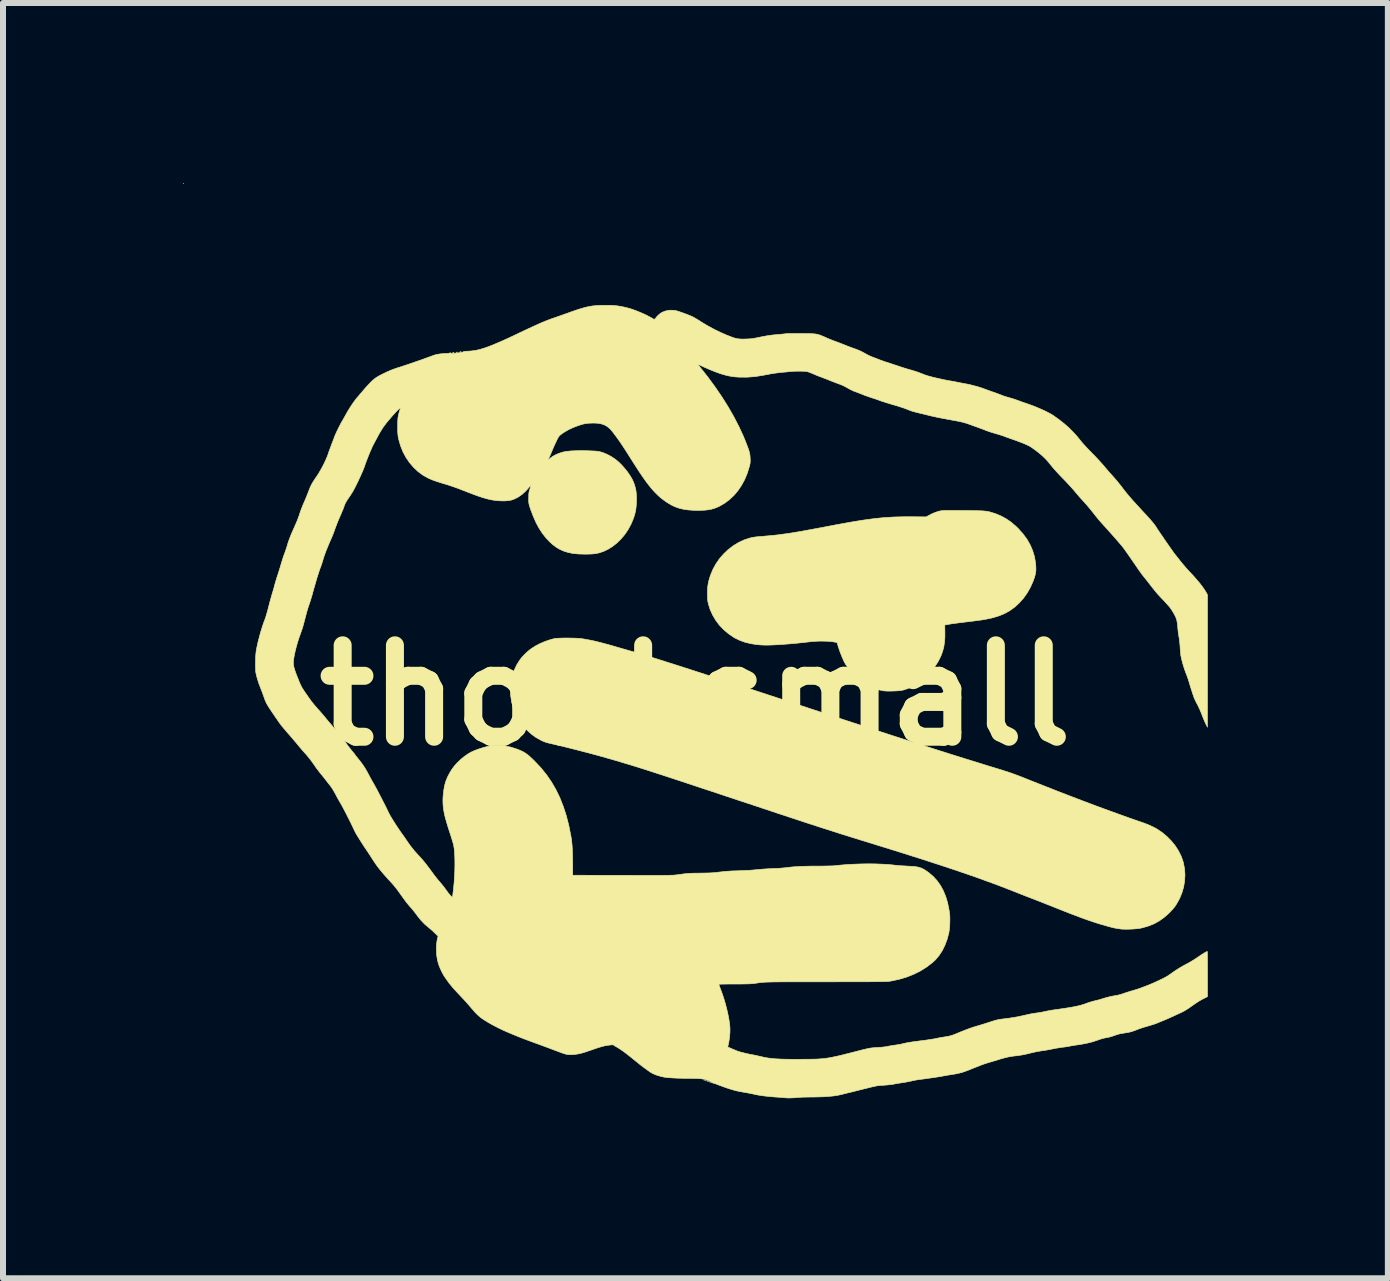
<source format=kicad_pcb>
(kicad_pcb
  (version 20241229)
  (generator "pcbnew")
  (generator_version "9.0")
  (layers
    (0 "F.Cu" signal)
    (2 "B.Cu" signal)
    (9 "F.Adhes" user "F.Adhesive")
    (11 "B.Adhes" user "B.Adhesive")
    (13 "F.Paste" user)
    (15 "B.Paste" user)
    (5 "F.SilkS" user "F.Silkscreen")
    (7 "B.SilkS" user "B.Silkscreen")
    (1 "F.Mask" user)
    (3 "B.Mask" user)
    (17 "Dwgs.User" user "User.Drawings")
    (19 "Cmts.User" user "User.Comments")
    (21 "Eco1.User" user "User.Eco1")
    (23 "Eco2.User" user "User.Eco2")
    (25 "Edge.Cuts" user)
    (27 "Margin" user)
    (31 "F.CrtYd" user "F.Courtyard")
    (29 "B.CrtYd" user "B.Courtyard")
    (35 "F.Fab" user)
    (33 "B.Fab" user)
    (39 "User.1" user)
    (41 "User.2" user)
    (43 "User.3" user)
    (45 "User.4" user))
  (footprint "thonksmall"
    (layer "F.Cu")
    (at 8.539 8.539)
    (property "Reference" "thonksmall" (at 0 0 0) (layer "F.SilkS") (effects (font (size 1.524 1.524) (thickness 0.3))))
    (attr through_hole)
    (fp_poly (pts (xy -8.528 -8.531) (xy -8.531 -8.528) (xy -8.534 -8.531) (xy -8.531 -8.534) (xy -8.528 -8.531)) (stroke (width 0.01) (type solid)) (fill yes) (layer "F.SilkS"))
    (fp_poly (pts (xy 0.184 6.423) (xy 0.181 6.426) (xy 0.178 6.423) (xy 0.181 6.42) (xy 0.184 6.423)) (stroke (width 0.01) (type solid)) (fill yes) (layer "F.SilkS"))
    (fp_poly (pts (xy 0.203 6.429) (xy 0.2 6.433) (xy 0.197 6.429) (xy 0.2 6.426) (xy 0.203 6.429)) (stroke (width 0.01) (type solid)) (fill yes) (layer "F.SilkS"))
    (fp_poly (pts (xy 0.222 6.436) (xy 0.219 6.439) (xy 0.216 6.436) (xy 0.219 6.433) (xy 0.222 6.436)) (stroke (width 0.01) (type solid)) (fill yes) (layer "F.SilkS"))
    (fp_poly (pts (xy 0.15 6.409) (xy 0.149 6.413) (xy 0.146 6.413) (xy 0.141 6.411) (xy 0.142 6.409) (xy 0.149 6.409) (xy 0.15 6.409)) (stroke (width 0.01) (type solid)) (fill yes) (layer "F.SilkS"))
    (fp_poly (pts (xy 0.169 6.416) (xy 0.168 6.419) (xy 0.165 6.42) (xy 0.16 6.418) (xy 0.161 6.416) (xy 0.168 6.415) (xy 0.169 6.416)) (stroke (width 0.01) (type solid)) (fill yes) (layer "F.SilkS"))
    (fp_poly (pts (xy 0.246 6.441) (xy 0.245 6.445) (xy 0.241 6.445) (xy 0.236 6.443) (xy 0.237 6.441) (xy 0.245 6.44) (xy 0.246 6.441)) (stroke (width 0.01) (type solid)) (fill yes) (layer "F.SilkS"))
    (fp_poly (pts (xy 0.265 6.447) (xy 0.264 6.451) (xy 0.26 6.452) (xy 0.255 6.449) (xy 0.256 6.447) (xy 0.264 6.447) (xy 0.265 6.447)) (stroke (width 0.01) (type solid)) (fill yes) (layer "F.SilkS"))
    (fp_poly (pts (xy 0.284 6.454) (xy 0.283 6.457) (xy 0.279 6.458) (xy 0.274 6.456) (xy 0.275 6.454) (xy 0.283 6.453) (xy 0.284 6.454)) (stroke (width 0.01) (type solid)) (fill yes) (layer "F.SilkS"))
    (fp_poly (pts (xy -4.024 -5.713) (xy -4.024 -5.711) (xy -4.034 -5.71) (xy -4.035 -5.71) (xy -4.045 -5.711) (xy -4.044 -5.713) (xy -4.043 -5.713) (xy -4.029 -5.714) (xy -4.024 -5.713)) (stroke (width 0.01) (type solid)) (fill yes) (layer "F.SilkS"))
    (fp_poly (pts (xy -3.967 -5.719) (xy -3.967 -5.717) (xy -3.977 -5.716) (xy -3.978 -5.716) (xy -3.988 -5.717) (xy -3.987 -5.719) (xy -3.986 -5.719) (xy -3.972 -5.72) (xy -3.967 -5.719)) (stroke (width 0.01) (type solid)) (fill yes) (layer "F.SilkS"))
    (fp_poly (pts (xy -3.904 -5.726) (xy -3.903 -5.723) (xy -3.913 -5.723) (xy -3.915 -5.723) (xy -3.925 -5.724) (xy -3.924 -5.725) (xy -3.923 -5.726) (xy -3.909 -5.727) (xy -3.904 -5.726)) (stroke (width 0.01) (type solid)) (fill yes) (layer "F.SilkS"))
    (fp_poly (pts (xy 4.276 -3.082) (xy 4.335 -3.082) (xy 4.343 -3.082) (xy 4.434 -3.081) (xy 4.513 -3.081) (xy 4.581 -3.08) (xy 4.639 -3.079) (xy 4.689 -3.078) (xy 4.731 -3.077) (xy 4.766 -3.076) (xy 4.796 -3.074) (xy 4.821 -3.072) (xy 4.842 -3.07) (xy 4.86 -3.067) (xy 4.877 -3.064) (xy 4.893 -3.06) (xy 4.901 -3.059) (xy 5 -3.029) (xy 5.091 -2.991) (xy 5.176 -2.945) (xy 5.257 -2.89) (xy 5.336 -2.823) (xy 5.379 -2.782) (xy 5.457 -2.695) (xy 5.524 -2.605) (xy 5.578 -2.511) (xy 5.62 -2.413) (xy 5.651 -2.312) (xy 5.669 -2.205) (xy 5.674 -2.146) (xy 5.675 -2.099) (xy 5.672 -2.055) (xy 5.663 -2.01) (xy 5.649 -1.961) (xy 5.629 -1.905) (xy 5.584 -1.803) (xy 5.53 -1.708) (xy 5.468 -1.62) (xy 5.398 -1.542) (xy 5.322 -1.472) (xy 5.239 -1.412) (xy 5.151 -1.363) (xy 5.058 -1.325) (xy 5.048 -1.322) (xy 5.009 -1.31) (xy 4.972 -1.299) (xy 4.934 -1.289) (xy 4.895 -1.28) (xy 4.853 -1.272) (xy 4.807 -1.263) (xy 4.755 -1.255) (xy 4.695 -1.247) (xy 4.626 -1.238) (xy 4.547 -1.228) (xy 4.5 -1.223) (xy 4.448 -1.216) (xy 4.395 -1.21) (xy 4.345 -1.203) (xy 4.3 -1.197) (xy 4.262 -1.192) (xy 4.235 -1.187) (xy 4.233 -1.187) (xy 4.156 -1.173) (xy 4.158 -1.061) (xy 4.158 -0.969) (xy 4.151 -0.885) (xy 4.14 -0.809) (xy 4.121 -0.737) (xy 4.096 -0.667) (xy 4.062 -0.596) (xy 4.041 -0.557) (xy 3.982 -0.465) (xy 3.916 -0.38) (xy 3.842 -0.303) (xy 3.762 -0.236) (xy 3.677 -0.179) (xy 3.588 -0.133) (xy 3.495 -0.098) (xy 3.459 -0.088) (xy 3.43 -0.083) (xy 3.391 -0.078) (xy 3.346 -0.075) (xy 3.298 -0.073) (xy 3.248 -0.072) (xy 3.202 -0.072) (xy 3.161 -0.074) (xy 3.134 -0.077) (xy 3.042 -0.096) (xy 2.95 -0.127) (xy 2.862 -0.169) (xy 2.778 -0.221) (xy 2.699 -0.283) (xy 2.626 -0.354) (xy 2.56 -0.433) (xy 2.503 -0.519) (xy 2.501 -0.522) (xy 2.476 -0.568) (xy 2.451 -0.624) (xy 2.426 -0.685) (xy 2.402 -0.749) (xy 2.381 -0.813) (xy 2.369 -0.855) (xy 2.362 -0.881) (xy 2.297 -0.893) (xy 2.256 -0.898) (xy 2.205 -0.902) (xy 2.147 -0.904) (xy 2.087 -0.905) (xy 2.027 -0.903) (xy 1.97 -0.9) (xy 1.937 -0.897) (xy 1.798 -0.881) (xy 1.672 -0.868) (xy 1.557 -0.858) (xy 1.453 -0.85) (xy 1.359 -0.844) (xy 1.274 -0.84) (xy 1.199 -0.838) (xy 1.132 -0.839) (xy 1.073 -0.842) (xy 1.022 -0.847) (xy 1.019 -0.847) (xy 0.916 -0.864) (xy 0.823 -0.887) (xy 0.738 -0.918) (xy 0.661 -0.955) (xy 0.644 -0.965) (xy 0.555 -1.025) (xy 0.474 -1.093) (xy 0.402 -1.168) (xy 0.34 -1.25) (xy 0.288 -1.338) (xy 0.246 -1.43) (xy 0.221 -1.509) (xy 0.214 -1.538) (xy 0.208 -1.562) (xy 0.205 -1.584) (xy 0.203 -1.607) (xy 0.202 -1.635) (xy 0.201 -1.672) (xy 0.201 -1.695) (xy 0.202 -1.759) (xy 0.206 -1.815) (xy 0.214 -1.866) (xy 0.225 -1.917) (xy 0.242 -1.973) (xy 0.251 -2.001) (xy 0.292 -2.1) (xy 0.343 -2.193) (xy 0.403 -2.28) (xy 0.472 -2.359) (xy 0.548 -2.431) (xy 0.631 -2.494) (xy 0.719 -2.548) (xy 0.812 -2.591) (xy 0.909 -2.623) (xy 0.965 -2.635) (xy 0.983 -2.638) (xy 1.01 -2.641) (xy 1.045 -2.645) (xy 1.084 -2.648) (xy 1.121 -2.651) (xy 1.188 -2.657) (xy 1.253 -2.663) (xy 1.316 -2.669) (xy 1.38 -2.676) (xy 1.445 -2.685) (xy 1.512 -2.694) (xy 1.583 -2.704) (xy 1.659 -2.717) (xy 1.74 -2.73) (xy 1.829 -2.746) (xy 1.926 -2.764) (xy 2.033 -2.784) (xy 2.151 -2.806) (xy 2.207 -2.817) (xy 2.344 -2.843) (xy 2.471 -2.866) (xy 2.587 -2.887) (xy 2.695 -2.905) (xy 2.796 -2.921) (xy 2.89 -2.934) (xy 2.98 -2.946) (xy 3.065 -2.955) (xy 3.148 -2.963) (xy 3.23 -2.968) (xy 3.312 -2.973) (xy 3.395 -2.975) (xy 3.48 -2.977) (xy 3.569 -2.977) (xy 3.626 -2.977) (xy 3.845 -2.975) (xy 3.877 -2.992) (xy 3.935 -3.023) (xy 3.988 -3.046) (xy 4.037 -3.063) (xy 4.054 -3.068) (xy 4.07 -3.072) (xy 4.084 -3.075) (xy 4.098 -3.077) (xy 4.114 -3.079) (xy 4.134 -3.081) (xy 4.158 -3.082) (xy 4.189 -3.082) (xy 4.228 -3.082) (xy 4.276 -3.082)) (stroke (width 0.01) (type solid)) (fill yes) (layer "F.SilkS"))
    (fp_poly (pts (xy -2.071 -0.955) (xy -2.018 -0.954) (xy -1.969 -0.952) (xy -1.926 -0.949) (xy -1.892 -0.945) (xy -1.886 -0.944) (xy -1.836 -0.936) (xy -1.788 -0.927) (xy -1.741 -0.918) (xy -1.693 -0.908) (xy -1.643 -0.896) (xy -1.589 -0.883) (xy -1.529 -0.867) (xy -1.462 -0.849) (xy -1.387 -0.828) (xy -1.302 -0.803) (xy -1.27 -0.794) (xy -1.215 -0.778) (xy -1.162 -0.763) (xy -1.112 -0.748) (xy -1.067 -0.736) (xy -1.03 -0.725) (xy -1.001 -0.717) (xy -0.982 -0.711) (xy -0.981 -0.711) (xy -0.95 -0.702) (xy -0.908 -0.69) (xy -0.854 -0.674) (xy -0.79 -0.654) (xy -0.716 -0.631) (xy -0.633 -0.605) (xy -0.541 -0.576) (xy -0.441 -0.544) (xy -0.333 -0.51) (xy -0.218 -0.473) (xy -0.096 -0.434) (xy 0.033 -0.392) (xy 0.166 -0.349) (xy 0.305 -0.304) (xy 0.449 -0.258) (xy 0.596 -0.21) (xy 0.747 -0.161) (xy 0.9 -0.111) (xy 1.057 -0.06) (xy 1.215 -0.008) (xy 1.374 0.044) (xy 1.53 0.095) (xy 1.718 0.157) (xy 1.894 0.215) (xy 2.059 0.269) (xy 2.214 0.32) (xy 2.359 0.368) (xy 2.496 0.413) (xy 2.624 0.455) (xy 2.745 0.494) (xy 2.859 0.531) (xy 2.966 0.566) (xy 3.068 0.6) (xy 3.164 0.631) (xy 3.256 0.661) (xy 3.345 0.69) (xy 3.43 0.717) (xy 3.512 0.744) (xy 3.593 0.77) (xy 3.672 0.795) (xy 3.751 0.82) (xy 3.83 0.845) (xy 3.864 0.856) (xy 3.96 0.887) (xy 4.061 0.919) (xy 4.166 0.952) (xy 4.272 0.986) (xy 4.378 1.019) (xy 4.483 1.052) (xy 4.584 1.083) (xy 4.681 1.113) (xy 4.771 1.141) (xy 4.853 1.167) (xy 4.926 1.189) (xy 4.963 1.2) (xy 5.034 1.222) (xy 5.097 1.241) (xy 5.152 1.259) (xy 5.203 1.275) (xy 5.251 1.291) (xy 5.299 1.308) (xy 5.348 1.326) (xy 5.401 1.346) (xy 5.46 1.369) (xy 5.527 1.396) (xy 5.582 1.418) (xy 5.81 1.508) (xy 6.033 1.596) (xy 6.251 1.68) (xy 6.463 1.761) (xy 6.667 1.838) (xy 6.863 1.91) (xy 7.051 1.978) (xy 7.228 2.042) (xy 7.395 2.1) (xy 7.41 2.105) (xy 7.49 2.133) (xy 7.558 2.16) (xy 7.617 2.187) (xy 7.668 2.213) (xy 7.692 2.227) (xy 7.779 2.285) (xy 7.859 2.352) (xy 7.932 2.426) (xy 7.996 2.505) (xy 8.05 2.589) (xy 8.094 2.676) (xy 8.126 2.765) (xy 8.133 2.791) (xy 8.152 2.89) (xy 8.159 2.991) (xy 8.153 3.092) (xy 8.137 3.192) (xy 8.108 3.291) (xy 8.069 3.386) (xy 8.019 3.476) (xy 7.99 3.52) (xy 7.971 3.543) (xy 7.946 3.572) (xy 7.918 3.603) (xy 7.89 3.631) (xy 7.886 3.635) (xy 7.809 3.702) (xy 7.729 3.759) (xy 7.644 3.806) (xy 7.552 3.843) (xy 7.452 3.872) (xy 7.411 3.881) (xy 7.377 3.886) (xy 7.333 3.89) (xy 7.283 3.894) (xy 7.231 3.896) (xy 7.18 3.897) (xy 7.133 3.896) (xy 7.094 3.894) (xy 7.082 3.892) (xy 7.032 3.885) (xy 6.979 3.875) (xy 6.921 3.861) (xy 6.855 3.843) (xy 6.78 3.821) (xy 6.775 3.82) (xy 6.716 3.802) (xy 6.658 3.784) (xy 6.6 3.764) (xy 6.54 3.744) (xy 6.478 3.722) (xy 6.412 3.698) (xy 6.341 3.671) (xy 6.263 3.642) (xy 6.177 3.608) (xy 6.083 3.571) (xy 5.978 3.529) (xy 5.966 3.524) (xy 5.908 3.501) (xy 5.849 3.478) (xy 5.791 3.455) (xy 5.736 3.433) (xy 5.686 3.414) (xy 5.644 3.397) (xy 5.611 3.385) (xy 5.61 3.384) (xy 5.571 3.369) (xy 5.523 3.351) (xy 5.47 3.33) (xy 5.416 3.309) (xy 5.363 3.288) (xy 5.336 3.277) (xy 5.22 3.232) (xy 5.102 3.186) (xy 4.981 3.14) (xy 4.856 3.095) (xy 4.728 3.048) (xy 4.594 3.001) (xy 4.454 2.953) (xy 4.307 2.903) (xy 4.154 2.852) (xy 3.991 2.799) (xy 3.82 2.743) (xy 3.64 2.686) (xy 3.448 2.625) (xy 3.246 2.562) (xy 3.185 2.543) (xy 3.074 2.509) (xy 2.971 2.477) (xy 2.875 2.447) (xy 2.786 2.42) (xy 2.703 2.394) (xy 2.625 2.37) (xy 2.551 2.347) (xy 2.481 2.325) (xy 2.414 2.304) (xy 2.349 2.283) (xy 2.286 2.263) (xy 2.224 2.243) (xy 2.161 2.223) (xy 2.098 2.203) (xy 2.033 2.182) (xy 1.967 2.16) (xy 1.897 2.138) (xy 1.824 2.114) (xy 1.746 2.088) (xy 1.664 2.061) (xy 1.575 2.032) (xy 1.48 2) (xy 1.378 1.967) (xy 1.268 1.93) (xy 1.15 1.891) (xy 1.021 1.848) (xy 0.883 1.802) (xy 0.734 1.753) (xy 0.632 1.719) (xy 0.463 1.663) (xy 0.306 1.61) (xy 0.159 1.562) (xy 0.023 1.517) (xy -0.103 1.475) (xy -0.221 1.436) (xy -0.33 1.4) (xy -0.431 1.367) (xy -0.524 1.336) (xy -0.612 1.308) (xy -0.692 1.282) (xy -0.768 1.257) (xy -0.838 1.235) (xy -0.904 1.214) (xy -0.967 1.194) (xy -1.026 1.176) (xy -1.083 1.158) (xy -1.138 1.142) (xy -1.191 1.126) (xy -1.244 1.11) (xy -1.296 1.094) (xy -1.349 1.079) (xy -1.403 1.063) (xy -1.454 1.049) (xy -1.555 1.02) (xy -1.661 0.991) (xy -1.772 0.961) (xy -1.884 0.932) (xy -1.995 0.903) (xy -2.103 0.876) (xy -2.206 0.85) (xy -2.302 0.827) (xy -2.387 0.808) (xy -2.391 0.807) (xy -2.435 0.797) (xy -2.471 0.788) (xy -2.5 0.779) (xy -2.526 0.769) (xy -2.552 0.758) (xy -2.576 0.746) (xy -2.653 0.703) (xy -2.725 0.652) (xy -2.793 0.592) (xy -2.81 0.575) (xy -2.884 0.492) (xy -2.945 0.405) (xy -2.996 0.312) (xy -3.035 0.213) (xy -3.063 0.109) (xy -3.079 -0.002) (xy -3.08 -0.011) (xy -3.083 -0.115) (xy -3.074 -0.218) (xy -3.054 -0.318) (xy -3.021 -0.416) (xy -2.978 -0.508) (xy -2.932 -0.582) (xy -2.899 -0.626) (xy -2.857 -0.672) (xy -2.81 -0.718) (xy -2.762 -0.759) (xy -2.733 -0.78) (xy -2.67 -0.821) (xy -2.598 -0.859) (xy -2.521 -0.893) (xy -2.443 -0.921) (xy -2.369 -0.942) (xy -2.34 -0.948) (xy -2.313 -0.951) (xy -2.276 -0.953) (xy -2.231 -0.955) (xy -2.18 -0.956) (xy -2.126 -0.956) (xy -2.071 -0.955)) (stroke (width 0.01) (type solid)) (fill yes) (layer "F.SilkS"))
    (fp_poly (pts (xy -1.381 -6.499) (xy -1.311 -6.493) (xy -1.244 -6.483) (xy -1.177 -6.469) (xy -1.106 -6.451) (xy -1.095 -6.448) (xy -1.046 -6.432) (xy -0.991 -6.412) (xy -0.932 -6.388) (xy -0.873 -6.363) (xy -0.817 -6.337) (xy -0.767 -6.311) (xy -0.725 -6.288) (xy -0.717 -6.283) (xy -0.696 -6.271) (xy -0.682 -6.269) (xy -0.671 -6.275) (xy -0.661 -6.289) (xy -0.643 -6.312) (xy -0.618 -6.337) (xy -0.59 -6.361) (xy -0.562 -6.38) (xy -0.553 -6.385) (xy -0.495 -6.407) (xy -0.432 -6.419) (xy -0.369 -6.418) (xy -0.321 -6.411) (xy -0.293 -6.403) (xy -0.257 -6.391) (xy -0.216 -6.377) (xy -0.172 -6.361) (xy -0.129 -6.345) (xy -0.09 -6.329) (xy -0.057 -6.315) (xy -0.044 -6.309) (xy -0.023 -6.297) (xy 0.007 -6.28) (xy 0.04 -6.26) (xy 0.076 -6.238) (xy 0.098 -6.223) (xy 0.202 -6.161) (xy 0.314 -6.1) (xy 0.432 -6.043) (xy 0.522 -6.004) (xy 0.574 -5.984) (xy 0.617 -5.967) (xy 0.654 -5.955) (xy 0.687 -5.947) (xy 0.718 -5.942) (xy 0.751 -5.939) (xy 0.789 -5.938) (xy 0.833 -5.939) (xy 0.838 -5.939) (xy 0.885 -5.941) (xy 0.924 -5.943) (xy 0.959 -5.948) (xy 0.995 -5.954) (xy 1.032 -5.961) (xy 1.122 -5.98) (xy 1.203 -5.994) (xy 1.278 -6.005) (xy 1.349 -6.012) (xy 1.362 -6.013) (xy 1.4 -6.016) (xy 1.439 -6.02) (xy 1.474 -6.023) (xy 1.501 -6.027) (xy 1.503 -6.027) (xy 1.525 -6.029) (xy 1.559 -6.03) (xy 1.603 -6.031) (xy 1.655 -6.031) (xy 1.716 -6.031) (xy 1.776 -6.031) (xy 1.839 -6.03) (xy 1.891 -6.029) (xy 1.934 -6.028) (xy 1.97 -6.026) (xy 2.001 -6.023) (xy 2.028 -6.018) (xy 2.053 -6.012) (xy 2.078 -6.004) (xy 2.105 -5.993) (xy 2.137 -5.98) (xy 2.173 -5.964) (xy 2.176 -5.962) (xy 2.213 -5.946) (xy 2.253 -5.93) (xy 2.29 -5.915) (xy 2.32 -5.904) (xy 2.323 -5.903) (xy 2.353 -5.892) (xy 2.39 -5.878) (xy 2.43 -5.863) (xy 2.467 -5.848) (xy 2.47 -5.847) (xy 2.51 -5.831) (xy 2.553 -5.814) (xy 2.596 -5.798) (xy 2.632 -5.785) (xy 2.676 -5.769) (xy 2.712 -5.755) (xy 2.743 -5.742) (xy 2.774 -5.727) (xy 2.808 -5.709) (xy 2.841 -5.691) (xy 2.871 -5.674) (xy 2.901 -5.66) (xy 2.926 -5.648) (xy 2.943 -5.641) (xy 2.962 -5.635) (xy 2.989 -5.624) (xy 3.02 -5.613) (xy 3.044 -5.603) (xy 3.08 -5.589) (xy 3.122 -5.574) (xy 3.164 -5.559) (xy 3.194 -5.55) (xy 3.228 -5.539) (xy 3.27 -5.525) (xy 3.315 -5.51) (xy 3.36 -5.495) (xy 3.385 -5.487) (xy 3.429 -5.472) (xy 3.478 -5.456) (xy 3.527 -5.441) (xy 3.571 -5.428) (xy 3.591 -5.423) (xy 3.631 -5.411) (xy 3.673 -5.398) (xy 3.714 -5.384) (xy 3.747 -5.372) (xy 3.752 -5.369) (xy 3.785 -5.357) (xy 3.817 -5.344) (xy 3.846 -5.334) (xy 3.861 -5.329) (xy 3.885 -5.322) (xy 3.919 -5.313) (xy 3.96 -5.302) (xy 4.007 -5.291) (xy 4.056 -5.28) (xy 4.105 -5.269) (xy 4.152 -5.259) (xy 4.194 -5.251) (xy 4.229 -5.244) (xy 4.243 -5.242) (xy 4.278 -5.236) (xy 4.317 -5.229) (xy 4.351 -5.222) (xy 4.362 -5.22) (xy 4.394 -5.213) (xy 4.432 -5.206) (xy 4.469 -5.199) (xy 4.48 -5.197) (xy 4.534 -5.187) (xy 4.593 -5.174) (xy 4.654 -5.158) (xy 4.713 -5.142) (xy 4.766 -5.125) (xy 4.804 -5.112) (xy 4.837 -5.099) (xy 4.878 -5.085) (xy 4.921 -5.069) (xy 4.96 -5.055) (xy 4.963 -5.055) (xy 4.999 -5.042) (xy 5.036 -5.028) (xy 5.069 -5.016) (xy 5.095 -5.006) (xy 5.099 -5.004) (xy 5.124 -4.994) (xy 5.158 -4.983) (xy 5.194 -4.972) (xy 5.228 -4.962) (xy 5.267 -4.951) (xy 5.309 -4.938) (xy 5.35 -4.924) (xy 5.377 -4.914) (xy 5.411 -4.902) (xy 5.451 -4.887) (xy 5.493 -4.873) (xy 5.531 -4.86) (xy 5.584 -4.841) (xy 5.641 -4.82) (xy 5.699 -4.796) (xy 5.758 -4.771) (xy 5.813 -4.746) (xy 5.864 -4.721) (xy 5.908 -4.698) (xy 5.944 -4.678) (xy 5.956 -4.67) (xy 6.053 -4.601) (xy 6.139 -4.534) (xy 6.218 -4.466) (xy 6.29 -4.394) (xy 6.359 -4.319) (xy 6.424 -4.238) (xy 6.441 -4.217) (xy 6.466 -4.189) (xy 6.496 -4.156) (xy 6.53 -4.119) (xy 6.567 -4.08) (xy 6.605 -4.042) (xy 6.611 -4.035) (xy 6.649 -3.997) (xy 6.687 -3.957) (xy 6.724 -3.918) (xy 6.757 -3.881) (xy 6.785 -3.85) (xy 6.806 -3.825) (xy 6.808 -3.823) (xy 6.833 -3.793) (xy 6.864 -3.757) (xy 6.897 -3.718) (xy 6.93 -3.682) (xy 6.948 -3.662) (xy 6.981 -3.625) (xy 7.018 -3.582) (xy 7.055 -3.537) (xy 7.088 -3.495) (xy 7.102 -3.478) (xy 7.132 -3.438) (xy 7.16 -3.402) (xy 7.189 -3.366) (xy 7.218 -3.331) (xy 7.251 -3.293) (xy 7.287 -3.251) (xy 7.329 -3.205) (xy 7.378 -3.151) (xy 7.401 -3.127) (xy 7.436 -3.088) (xy 7.472 -3.049) (xy 7.507 -3.012) (xy 7.538 -2.978) (xy 7.564 -2.949) (xy 7.58 -2.931) (xy 7.607 -2.9) (xy 7.635 -2.866) (xy 7.661 -2.831) (xy 7.679 -2.805) (xy 7.696 -2.777) (xy 7.719 -2.743) (xy 7.746 -2.703) (xy 7.776 -2.66) (xy 7.807 -2.614) (xy 7.839 -2.567) (xy 7.871 -2.521) (xy 7.902 -2.477) (xy 7.93 -2.437) (xy 7.955 -2.402) (xy 7.975 -2.373) (xy 7.99 -2.353) (xy 7.996 -2.346) (xy 8.011 -2.328) (xy 8.031 -2.302) (xy 8.055 -2.272) (xy 8.08 -2.24) (xy 8.092 -2.226) (xy 8.121 -2.19) (xy 8.155 -2.15) (xy 8.189 -2.11) (xy 8.221 -2.076) (xy 8.226 -2.07) (xy 8.295 -1.997) (xy 8.356 -1.927) (xy 8.41 -1.863) (xy 8.455 -1.804) (xy 8.491 -1.751) (xy 8.505 -1.728) (xy 8.534 -1.677) (xy 8.534 -0.573) (xy 8.533 0.53) (xy 8.502 0.467) (xy 8.488 0.436) (xy 8.472 0.398) (xy 8.455 0.357) (xy 8.44 0.318) (xy 8.439 0.314) (xy 8.423 0.275) (xy 8.405 0.233) (xy 8.386 0.192) (xy 8.37 0.159) (xy 8.369 0.157) (xy 8.352 0.126) (xy 8.337 0.096) (xy 8.324 0.069) (xy 8.316 0.052) (xy 8.308 0.031) (xy 8.297 -0.001) (xy 8.284 -0.039) (xy 8.27 -0.083) (xy 8.255 -0.129) (xy 8.241 -0.176) (xy 8.228 -0.22) (xy 8.223 -0.235) (xy 8.214 -0.265) (xy 8.201 -0.302) (xy 8.187 -0.341) (xy 8.173 -0.376) (xy 8.155 -0.426) (xy 8.136 -0.483) (xy 8.119 -0.542) (xy 8.104 -0.6) (xy 8.093 -0.651) (xy 8.09 -0.664) (xy 8.088 -0.683) (xy 8.085 -0.712) (xy 8.082 -0.748) (xy 8.079 -0.786) (xy 8.078 -0.806) (xy 8.075 -0.848) (xy 8.07 -0.891) (xy 8.066 -0.931) (xy 8.061 -0.964) (xy 8.059 -0.975) (xy 8.054 -1.006) (xy 8.048 -1.044) (xy 8.043 -1.087) (xy 8.039 -1.127) (xy 8.039 -1.133) (xy 8.034 -1.184) (xy 8.028 -1.225) (xy 8.021 -1.26) (xy 8.01 -1.292) (xy 7.995 -1.325) (xy 7.976 -1.361) (xy 7.956 -1.395) (xy 7.936 -1.427) (xy 7.915 -1.457) (xy 7.89 -1.488) (xy 7.86 -1.522) (xy 7.823 -1.562) (xy 7.806 -1.581) (xy 7.765 -1.623) (xy 7.732 -1.659) (xy 7.703 -1.69) (xy 7.678 -1.72) (xy 7.654 -1.749) (xy 7.628 -1.781) (xy 7.6 -1.817) (xy 7.591 -1.829) (xy 7.565 -1.862) (xy 7.538 -1.897) (xy 7.513 -1.929) (xy 7.491 -1.956) (xy 7.483 -1.965) (xy 7.471 -1.981) (xy 7.459 -1.996) (xy 7.446 -2.012) (xy 7.433 -2.03) (xy 7.418 -2.051) (xy 7.4 -2.076) (xy 7.378 -2.107) (xy 7.353 -2.144) (xy 7.323 -2.188) (xy 7.286 -2.241) (xy 7.251 -2.292) (xy 7.221 -2.336) (xy 7.192 -2.377) (xy 7.164 -2.416) (xy 7.14 -2.45) (xy 7.119 -2.477) (xy 7.104 -2.496) (xy 7.1 -2.501) (xy 7.079 -2.525) (xy 7.057 -2.55) (xy 7.038 -2.572) (xy 7.037 -2.574) (xy 7.019 -2.594) (xy 6.995 -2.622) (xy 6.964 -2.657) (xy 6.928 -2.697) (xy 6.889 -2.741) (xy 6.847 -2.788) (xy 6.81 -2.829) (xy 6.773 -2.87) (xy 6.742 -2.905) (xy 6.714 -2.938) (xy 6.687 -2.971) (xy 6.657 -3.008) (xy 6.623 -3.052) (xy 6.616 -3.06) (xy 6.588 -3.096) (xy 6.554 -3.136) (xy 6.519 -3.178) (xy 6.484 -3.216) (xy 6.47 -3.232) (xy 6.438 -3.267) (xy 6.403 -3.306) (xy 6.369 -3.346) (xy 6.338 -3.382) (xy 6.325 -3.398) (xy 6.304 -3.423) (xy 6.275 -3.456) (xy 6.241 -3.493) (xy 6.204 -3.533) (xy 6.166 -3.574) (xy 6.127 -3.614) (xy 6.125 -3.616) (xy 6.082 -3.66) (xy 6.041 -3.704) (xy 6.003 -3.746) (xy 5.969 -3.784) (xy 5.942 -3.816) (xy 5.929 -3.832) (xy 5.884 -3.888) (xy 5.84 -3.937) (xy 5.793 -3.983) (xy 5.741 -4.029) (xy 5.681 -4.076) (xy 5.674 -4.082) (xy 5.637 -4.108) (xy 5.608 -4.129) (xy 5.582 -4.146) (xy 5.557 -4.16) (xy 5.529 -4.173) (xy 5.496 -4.188) (xy 5.487 -4.192) (xy 5.446 -4.209) (xy 5.398 -4.227) (xy 5.351 -4.245) (xy 5.309 -4.26) (xy 5.306 -4.261) (xy 5.268 -4.274) (xy 5.229 -4.288) (xy 5.192 -4.301) (xy 5.162 -4.312) (xy 5.159 -4.314) (xy 5.131 -4.324) (xy 5.095 -4.336) (xy 5.055 -4.348) (xy 5.015 -4.36) (xy 5.007 -4.362) (xy 4.967 -4.374) (xy 4.925 -4.387) (xy 4.886 -4.4) (xy 4.854 -4.411) (xy 4.849 -4.413) (xy 4.801 -4.432) (xy 4.745 -4.453) (xy 4.685 -4.475) (xy 4.623 -4.497) (xy 4.565 -4.518) (xy 4.537 -4.528) (xy 4.499 -4.54) (xy 4.456 -4.552) (xy 4.413 -4.562) (xy 4.394 -4.566) (xy 4.348 -4.575) (xy 4.297 -4.584) (xy 4.246 -4.594) (xy 4.195 -4.603) (xy 4.147 -4.612) (xy 4.104 -4.62) (xy 4.069 -4.627) (xy 4.044 -4.632) (xy 4.042 -4.632) (xy 4.015 -4.638) (xy 3.98 -4.646) (xy 3.938 -4.655) (xy 3.892 -4.666) (xy 3.844 -4.678) (xy 3.795 -4.69) (xy 3.747 -4.701) (xy 3.703 -4.712) (xy 3.665 -4.722) (xy 3.634 -4.73) (xy 3.613 -4.736) (xy 3.607 -4.738) (xy 3.58 -4.748) (xy 3.548 -4.76) (xy 3.518 -4.772) (xy 3.515 -4.773) (xy 3.494 -4.781) (xy 3.464 -4.792) (xy 3.427 -4.804) (xy 3.384 -4.818) (xy 3.338 -4.832) (xy 3.302 -4.842) (xy 3.254 -4.856) (xy 3.208 -4.87) (xy 3.164 -4.884) (xy 3.126 -4.896) (xy 3.095 -4.906) (xy 3.079 -4.912) (xy 3.047 -4.924) (xy 3.008 -4.938) (xy 2.969 -4.95) (xy 2.946 -4.958) (xy 2.911 -4.969) (xy 2.869 -4.984) (xy 2.826 -4.999) (xy 2.791 -5.013) (xy 2.756 -5.027) (xy 2.719 -5.041) (xy 2.687 -5.054) (xy 2.661 -5.063) (xy 2.66 -5.063) (xy 2.63 -5.075) (xy 2.597 -5.091) (xy 2.565 -5.107) (xy 2.561 -5.109) (xy 2.518 -5.134) (xy 2.482 -5.153) (xy 2.448 -5.169) (xy 2.414 -5.183) (xy 2.375 -5.197) (xy 2.375 -5.197) (xy 2.343 -5.209) (xy 2.304 -5.224) (xy 2.262 -5.24) (xy 2.224 -5.255) (xy 2.223 -5.256) (xy 2.186 -5.271) (xy 2.148 -5.285) (xy 2.113 -5.299) (xy 2.085 -5.309) (xy 2.083 -5.31) (xy 2.053 -5.321) (xy 2.018 -5.335) (xy 1.981 -5.351) (xy 1.962 -5.359) (xy 1.931 -5.372) (xy 1.901 -5.384) (xy 1.875 -5.393) (xy 1.861 -5.397) (xy 1.84 -5.4) (xy 1.81 -5.402) (xy 1.772 -5.403) (xy 1.73 -5.403) (xy 1.688 -5.403) (xy 1.647 -5.402) (xy 1.61 -5.4) (xy 1.582 -5.397) (xy 1.557 -5.395) (xy 1.524 -5.391) (xy 1.487 -5.388) (xy 1.452 -5.385) (xy 1.395 -5.379) (xy 1.334 -5.371) (xy 1.268 -5.361) (xy 1.193 -5.347) (xy 1.125 -5.334) (xy 0.993 -5.313) (xy 0.858 -5.303) (xy 0.722 -5.304) (xy 0.652 -5.309) (xy 0.582 -5.319) (xy 0.506 -5.336) (xy 0.422 -5.36) (xy 0.331 -5.393) (xy 0.232 -5.433) (xy 0.14 -5.473) (xy 0.109 -5.488) (xy 0.082 -5.5) (xy 0.06 -5.51) (xy 0.047 -5.515) (xy 0.045 -5.517) (xy 0.045 -5.514) (xy 0.052 -5.503) (xy 0.064 -5.486) (xy 0.077 -5.47) (xy 0.207 -5.306) (xy 0.329 -5.14) (xy 0.443 -4.973) (xy 0.547 -4.807) (xy 0.642 -4.641) (xy 0.726 -4.478) (xy 0.8 -4.318) (xy 0.834 -4.235) (xy 0.855 -4.18) (xy 0.873 -4.134) (xy 0.886 -4.097) (xy 0.896 -4.065) (xy 0.903 -4.037) (xy 0.908 -4.011) (xy 0.911 -3.985) (xy 0.912 -3.957) (xy 0.913 -3.95) (xy 0.914 -3.915) (xy 0.913 -3.888) (xy 0.911 -3.864) (xy 0.905 -3.838) (xy 0.898 -3.81) (xy 0.864 -3.7) (xy 0.821 -3.597) (xy 0.769 -3.501) (xy 0.71 -3.413) (xy 0.643 -3.334) (xy 0.569 -3.264) (xy 0.489 -3.204) (xy 0.404 -3.154) (xy 0.355 -3.132) (xy 0.307 -3.114) (xy 0.258 -3.101) (xy 0.205 -3.092) (xy 0.146 -3.086) (xy 0.078 -3.084) (xy 0.054 -3.083) (xy -0.038 -3.085) (xy -0.119 -3.091) (xy -0.192 -3.101) (xy -0.259 -3.116) (xy -0.322 -3.137) (xy -0.382 -3.163) (xy -0.442 -3.197) (xy -0.482 -3.222) (xy -0.532 -3.258) (xy -0.581 -3.296) (xy -0.629 -3.339) (xy -0.676 -3.386) (xy -0.724 -3.439) (xy -0.773 -3.499) (xy -0.824 -3.566) (xy -0.877 -3.641) (xy -0.934 -3.725) (xy -0.995 -3.819) (xy -1.048 -3.902) (xy -1.108 -3.997) (xy -1.164 -4.085) (xy -1.217 -4.166) (xy -1.266 -4.238) (xy -1.311 -4.301) (xy -1.351 -4.355) (xy -1.386 -4.4) (xy -1.415 -4.434) (xy -1.431 -4.45) (xy -1.473 -4.484) (xy -1.519 -4.509) (xy -1.572 -4.526) (xy -1.631 -4.536) (xy -1.7 -4.539) (xy -1.73 -4.538) (xy -1.779 -4.536) (xy -1.823 -4.531) (xy -1.865 -4.523) (xy -1.908 -4.511) (xy -1.956 -4.495) (xy -2.007 -4.476) (xy -2.057 -4.455) (xy -2.106 -4.432) (xy -2.153 -4.406) (xy -2.195 -4.381) (xy -2.231 -4.356) (xy -2.259 -4.333) (xy -2.277 -4.313) (xy -2.279 -4.31) (xy -2.292 -4.288) (xy -2.308 -4.257) (xy -2.326 -4.219) (xy -2.346 -4.176) (xy -2.366 -4.131) (xy -2.385 -4.087) (xy -2.387 -4.08) (xy -2.402 -4.046) (xy -2.415 -4.014) (xy -2.427 -3.987) (xy -2.436 -3.967) (xy -2.439 -3.961) (xy -2.447 -3.942) (xy -2.448 -3.933) (xy -2.44 -3.935) (xy -2.426 -3.946) (xy -2.424 -3.948) (xy -2.382 -3.981) (xy -2.33 -4.01) (xy -2.271 -4.035) (xy -2.206 -4.055) (xy -2.182 -4.061) (xy -2.133 -4.068) (xy -2.072 -4.074) (xy -2.001 -4.077) (xy -1.92 -4.079) (xy -1.831 -4.078) (xy -1.794 -4.077) (xy -1.741 -4.075) (xy -1.699 -4.073) (xy -1.665 -4.071) (xy -1.637 -4.069) (xy -1.615 -4.065) (xy -1.594 -4.061) (xy -1.581 -4.058) (xy -1.533 -4.043) (xy -1.481 -4.021) (xy -1.426 -3.994) (xy -1.375 -3.963) (xy -1.333 -3.934) (xy -1.281 -3.891) (xy -1.23 -3.841) (xy -1.18 -3.785) (xy -1.133 -3.727) (xy -1.092 -3.667) (xy -1.057 -3.609) (xy -1.031 -3.554) (xy -1.021 -3.527) (xy -1.006 -3.479) (xy -0.995 -3.436) (xy -0.988 -3.394) (xy -0.984 -3.349) (xy -0.982 -3.298) (xy -0.982 -3.258) (xy -0.985 -3.173) (xy -0.993 -3.096) (xy -1.009 -3.023) (xy -1.032 -2.951) (xy -1.063 -2.875) (xy -1.076 -2.847) (xy -1.123 -2.761) (xy -1.177 -2.681) (xy -1.239 -2.608) (xy -1.306 -2.542) (xy -1.377 -2.485) (xy -1.453 -2.437) (xy -1.53 -2.4) (xy -1.609 -2.374) (xy -1.67 -2.362) (xy -1.698 -2.359) (xy -1.735 -2.356) (xy -1.777 -2.355) (xy -1.822 -2.354) (xy -1.851 -2.354) (xy -1.949 -2.357) (xy -2.037 -2.365) (xy -2.116 -2.381) (xy -2.189 -2.403) (xy -2.256 -2.432) (xy -2.319 -2.469) (xy -2.38 -2.515) (xy -2.428 -2.559) (xy -2.492 -2.627) (xy -2.551 -2.702) (xy -2.606 -2.787) (xy -2.656 -2.88) (xy -2.702 -2.985) (xy -2.746 -3.1) (xy -2.754 -3.124) (xy -2.763 -3.153) (xy -2.77 -3.176) (xy -2.774 -3.196) (xy -2.777 -3.216) (xy -2.778 -3.24) (xy -2.778 -3.273) (xy -2.778 -3.289) (xy -2.777 -3.327) (xy -2.777 -3.355) (xy -2.774 -3.377) (xy -2.771 -3.396) (xy -2.765 -3.417) (xy -2.757 -3.441) (xy -2.749 -3.467) (xy -2.743 -3.487) (xy -2.74 -3.5) (xy -2.739 -3.503) (xy -2.744 -3.5) (xy -2.754 -3.489) (xy -2.766 -3.475) (xy -2.828 -3.405) (xy -2.891 -3.348) (xy -2.956 -3.303) (xy -3.021 -3.271) (xy -3.067 -3.255) (xy -3.119 -3.246) (xy -3.179 -3.241) (xy -3.246 -3.242) (xy -3.316 -3.247) (xy -3.386 -3.257) (xy -3.408 -3.261) (xy -3.468 -3.275) (xy -3.536 -3.294) (xy -3.609 -3.318) (xy -3.685 -3.345) (xy -3.702 -3.352) (xy -3.741 -3.367) (xy -3.787 -3.384) (xy -3.837 -3.404) (xy -3.887 -3.423) (xy -3.926 -3.438) (xy -3.97 -3.455) (xy -4.018 -3.472) (xy -4.065 -3.488) (xy -4.107 -3.502) (xy -4.138 -3.512) (xy -4.206 -3.532) (xy -4.263 -3.55) (xy -4.31 -3.565) (xy -4.351 -3.579) (xy -4.386 -3.592) (xy -4.417 -3.605) (xy -4.446 -3.618) (xy -4.455 -3.622) (xy -4.542 -3.671) (xy -4.623 -3.731) (xy -4.697 -3.801) (xy -4.764 -3.879) (xy -4.823 -3.965) (xy -4.873 -4.058) (xy -4.913 -4.158) (xy -4.943 -4.262) (xy -4.948 -4.282) (xy -4.953 -4.308) (xy -4.956 -4.333) (xy -4.959 -4.36) (xy -4.961 -4.392) (xy -4.962 -4.432) (xy -4.962 -4.477) (xy -4.962 -4.535) (xy -4.96 -4.583) (xy -4.957 -4.624) (xy -4.951 -4.66) (xy -4.943 -4.695) (xy -4.933 -4.731) (xy -4.928 -4.747) (xy -4.921 -4.766) (xy -4.918 -4.781) (xy -4.918 -4.787) (xy -4.925 -4.786) (xy -4.938 -4.776) (xy -4.959 -4.757) (xy -4.986 -4.729) (xy -5.021 -4.691) (xy -5.063 -4.644) (xy -5.071 -4.634) (xy -5.105 -4.594) (xy -5.135 -4.559) (xy -5.161 -4.526) (xy -5.185 -4.494) (xy -5.208 -4.462) (xy -5.23 -4.427) (xy -5.254 -4.388) (xy -5.279 -4.344) (xy -5.306 -4.293) (xy -5.338 -4.234) (xy -5.366 -4.181) (xy -5.383 -4.148) (xy -5.402 -4.104) (xy -5.424 -4.054) (xy -5.446 -4) (xy -5.468 -3.944) (xy -5.489 -3.89) (xy -5.507 -3.839) (xy -5.518 -3.807) (xy -5.527 -3.782) (xy -5.541 -3.748) (xy -5.559 -3.708) (xy -5.579 -3.662) (xy -5.601 -3.614) (xy -5.624 -3.565) (xy -5.647 -3.518) (xy -5.668 -3.475) (xy -5.688 -3.437) (xy -5.704 -3.408) (xy -5.704 -3.407) (xy -5.719 -3.383) (xy -5.738 -3.353) (xy -5.758 -3.321) (xy -5.776 -3.296) (xy -5.798 -3.263) (xy -5.814 -3.238) (xy -5.827 -3.216) (xy -5.837 -3.196) (xy -5.846 -3.174) (xy -5.856 -3.147) (xy -5.86 -3.135) (xy -5.869 -3.11) (xy -5.883 -3.078) (xy -5.898 -3.04) (xy -5.916 -2.999) (xy -5.93 -2.967) (xy -5.948 -2.925) (xy -5.966 -2.882) (xy -5.982 -2.84) (xy -5.996 -2.803) (xy -6.004 -2.782) (xy -6.016 -2.747) (xy -6.031 -2.705) (xy -6.048 -2.663) (xy -6.064 -2.625) (xy -6.1 -2.544) (xy -6.129 -2.473) (xy -6.155 -2.411) (xy -6.175 -2.356) (xy -6.192 -2.307) (xy -6.204 -2.268) (xy -6.215 -2.23) (xy -6.228 -2.191) (xy -6.24 -2.155) (xy -6.251 -2.126) (xy -6.252 -2.125) (xy -6.261 -2.099) (xy -6.274 -2.061) (xy -6.289 -2.014) (xy -6.306 -1.96) (xy -6.324 -1.899) (xy -6.343 -1.833) (xy -6.363 -1.764) (xy -6.382 -1.694) (xy -6.385 -1.683) (xy -6.397 -1.642) (xy -6.41 -1.599) (xy -6.423 -1.558) (xy -6.435 -1.523) (xy -6.439 -1.511) (xy -6.449 -1.483) (xy -6.46 -1.447) (xy -6.473 -1.404) (xy -6.485 -1.359) (xy -6.496 -1.318) (xy -6.511 -1.261) (xy -6.523 -1.215) (xy -6.533 -1.177) (xy -6.543 -1.143) (xy -6.552 -1.113) (xy -6.562 -1.084) (xy -6.573 -1.053) (xy -6.585 -1.018) (xy -6.586 -1.017) (xy -6.609 -0.951) (xy -6.631 -0.882) (xy -6.65 -0.814) (xy -6.667 -0.748) (xy -6.681 -0.686) (xy -6.691 -0.63) (xy -6.698 -0.582) (xy -6.699 -0.549) (xy -6.699 -0.525) (xy -6.696 -0.501) (xy -6.692 -0.475) (xy -6.684 -0.447) (xy -6.674 -0.414) (xy -6.66 -0.374) (xy -6.641 -0.324) (xy -6.635 -0.309) (xy -6.615 -0.259) (xy -6.599 -0.218) (xy -6.584 -0.184) (xy -6.569 -0.154) (xy -6.554 -0.125) (xy -6.535 -0.096) (xy -6.513 -0.062) (xy -6.485 -0.022) (xy -6.473 -0.005) (xy -6.441 0.041) (xy -6.414 0.079) (xy -6.39 0.111) (xy -6.366 0.141) (xy -6.341 0.171) (xy -6.312 0.204) (xy -6.278 0.243) (xy -6.27 0.251) (xy -6.243 0.282) (xy -6.212 0.318) (xy -6.182 0.353) (xy -6.162 0.378) (xy -6.138 0.407) (xy -6.109 0.442) (xy -6.078 0.478) (xy -6.049 0.51) (xy -6.047 0.513) (xy -5.969 0.602) (xy -5.899 0.689) (xy -5.839 0.773) (xy -5.836 0.777) (xy -5.813 0.809) (xy -5.786 0.846) (xy -5.758 0.882) (xy -5.74 0.905) (xy -5.718 0.931) (xy -5.698 0.956) (xy -5.681 0.976) (xy -5.671 0.99) (xy -5.671 0.991) (xy -5.661 1.004) (xy -5.645 1.025) (xy -5.625 1.05) (xy -5.604 1.076) (xy -5.601 1.079) (xy -5.551 1.145) (xy -5.509 1.207) (xy -5.471 1.272) (xy -5.446 1.32) (xy -5.428 1.353) (xy -5.407 1.393) (xy -5.384 1.433) (xy -5.364 1.468) (xy -5.349 1.495) (xy -5.329 1.531) (xy -5.305 1.574) (xy -5.279 1.624) (xy -5.252 1.677) (xy -5.224 1.731) (xy -5.196 1.786) (xy -5.169 1.838) (xy -5.145 1.887) (xy -5.125 1.929) (xy -5.114 1.953) (xy -5.101 1.977) (xy -5.083 2.01) (xy -5.06 2.049) (xy -5.033 2.092) (xy -5.004 2.138) (xy -4.974 2.184) (xy -4.944 2.229) (xy -4.916 2.27) (xy -4.891 2.306) (xy -4.886 2.311) (xy -4.864 2.342) (xy -4.84 2.377) (xy -4.818 2.409) (xy -4.812 2.419) (xy -4.755 2.5) (xy -4.689 2.584) (xy -4.626 2.654) (xy -4.581 2.703) (xy -4.541 2.748) (xy -4.504 2.793) (xy -4.467 2.841) (xy -4.427 2.894) (xy -4.394 2.939) (xy -4.366 2.977) (xy -4.337 3.016) (xy -4.307 3.053) (xy -4.281 3.086) (xy -4.259 3.111) (xy -4.259 3.111) (xy -4.233 3.141) (xy -4.204 3.177) (xy -4.175 3.215) (xy -4.152 3.247) (xy -4.131 3.276) (xy -4.11 3.303) (xy -4.091 3.326) (xy -4.077 3.342) (xy -4.074 3.344) (xy -4.048 3.366) (xy -4.041 3.307) (xy -4.03 3.216) (xy -4.021 3.122) (xy -4.015 3.028) (xy -4.01 2.936) (xy -4.008 2.846) (xy -4.008 2.761) (xy -4.01 2.682) (xy -4.014 2.61) (xy -4.02 2.548) (xy -4.029 2.497) (xy -4.029 2.496) (xy -4.033 2.479) (xy -4.041 2.452) (xy -4.051 2.417) (xy -4.064 2.376) (xy -4.078 2.331) (xy -4.093 2.284) (xy -4.095 2.28) (xy -4.123 2.192) (xy -4.146 2.115) (xy -4.166 2.046) (xy -4.181 1.985) (xy -4.192 1.928) (xy -4.2 1.876) (xy -4.205 1.826) (xy -4.207 1.776) (xy -4.207 1.726) (xy -4.204 1.673) (xy -4.203 1.668) (xy -4.193 1.577) (xy -4.178 1.495) (xy -4.155 1.419) (xy -4.124 1.346) (xy -4.084 1.273) (xy -4.058 1.232) (xy -4.02 1.18) (xy -3.972 1.126) (xy -3.918 1.074) (xy -3.86 1.025) (xy -3.801 0.983) (xy -3.745 0.949) (xy -3.737 0.945) (xy -3.689 0.923) (xy -3.633 0.901) (xy -3.572 0.881) (xy -3.51 0.862) (xy -3.45 0.848) (xy -3.397 0.838) (xy -3.396 0.838) (xy -3.324 0.832) (xy -3.246 0.834) (xy -3.164 0.844) (xy -3.081 0.861) (xy -3 0.886) (xy -2.981 0.892) (xy -2.936 0.91) (xy -2.898 0.926) (xy -2.864 0.943) (xy -2.832 0.963) (xy -2.801 0.985) (xy -2.768 1.012) (xy -2.731 1.046) (xy -2.688 1.087) (xy -2.674 1.101) (xy -2.574 1.208) (xy -2.482 1.321) (xy -2.399 1.442) (xy -2.325 1.569) (xy -2.259 1.705) (xy -2.202 1.85) (xy -2.152 2.003) (xy -2.11 2.166) (xy -2.076 2.338) (xy -2.067 2.388) (xy -2.061 2.438) (xy -2.055 2.499) (xy -2.051 2.57) (xy -2.048 2.65) (xy -2.046 2.736) (xy -2.045 2.828) (xy -2.045 2.831) (xy -2.045 2.997) (xy -1.345 2.999) (xy -1.216 2.999) (xy -1.098 2.999) (xy -0.993 3) (xy -0.898 3) (xy -0.813 3) (xy -0.737 3) (xy -0.67 3) (xy -0.611 3) (xy -0.56 3) (xy -0.515 2.999) (xy -0.476 2.999) (xy -0.442 2.998) (xy -0.413 2.997) (xy -0.388 2.997) (xy -0.366 2.996) (xy -0.347 2.994) (xy -0.33 2.993) (xy -0.314 2.991) (xy -0.299 2.989) (xy -0.284 2.987) (xy -0.268 2.985) (xy -0.251 2.983) (xy -0.241 2.981) (xy -0.203 2.976) (xy -0.17 2.972) (xy -0.139 2.969) (xy -0.108 2.966) (xy -0.074 2.965) (xy -0.034 2.963) (xy 0.012 2.963) (xy 0.069 2.962) (xy 0.076 2.962) (xy 0.137 2.961) (xy 0.189 2.96) (xy 0.233 2.959) (xy 0.272 2.957) (xy 0.311 2.954) (xy 0.35 2.95) (xy 0.394 2.945) (xy 0.413 2.943) (xy 0.481 2.935) (xy 0.544 2.93) (xy 0.606 2.926) (xy 0.674 2.924) (xy 0.706 2.923) (xy 0.89 2.916) (xy 1.017 2.905) (xy 1.07 2.9) (xy 1.128 2.895) (xy 1.186 2.891) (xy 1.241 2.888) (xy 1.288 2.886) (xy 1.302 2.885) (xy 1.349 2.884) (xy 1.399 2.881) (xy 1.448 2.877) (xy 1.493 2.873) (xy 1.518 2.87) (xy 1.576 2.863) (xy 1.637 2.857) (xy 1.702 2.853) (xy 1.774 2.849) (xy 1.853 2.847) (xy 1.942 2.845) (xy 2.042 2.845) (xy 2.048 2.845) (xy 2.103 2.845) (xy 2.155 2.844) (xy 2.204 2.843) (xy 2.247 2.842) (xy 2.283 2.841) (xy 2.309 2.84) (xy 2.321 2.838) (xy 2.422 2.828) (xy 2.53 2.819) (xy 2.643 2.813) (xy 2.759 2.809) (xy 2.874 2.807) (xy 2.988 2.808) (xy 3.097 2.812) (xy 3.2 2.817) (xy 3.293 2.826) (xy 3.327 2.83) (xy 3.357 2.833) (xy 3.396 2.836) (xy 3.441 2.84) (xy 3.488 2.842) (xy 3.534 2.845) (xy 3.597 2.848) (xy 3.649 2.852) (xy 3.693 2.858) (xy 3.731 2.867) (xy 3.765 2.878) (xy 3.798 2.894) (xy 3.832 2.914) (xy 3.868 2.939) (xy 3.89 2.955) (xy 3.963 3.017) (xy 4.028 3.088) (xy 4.084 3.167) (xy 4.132 3.255) (xy 4.172 3.352) (xy 4.204 3.459) (xy 4.227 3.576) (xy 4.236 3.635) (xy 4.24 3.678) (xy 4.241 3.729) (xy 4.24 3.784) (xy 4.238 3.84) (xy 4.233 3.892) (xy 4.227 3.938) (xy 4.224 3.956) (xy 4.196 4.063) (xy 4.159 4.162) (xy 4.115 4.252) (xy 4.062 4.333) (xy 4.003 4.404) (xy 3.951 4.452) (xy 3.852 4.528) (xy 3.748 4.593) (xy 3.638 4.648) (xy 3.521 4.694) (xy 3.397 4.731) (xy 3.263 4.76) (xy 3.258 4.761) (xy 3.248 4.762) (xy 3.238 4.763) (xy 3.227 4.765) (xy 3.213 4.766) (xy 3.197 4.767) (xy 3.178 4.768) (xy 3.154 4.769) (xy 3.127 4.769) (xy 3.094 4.77) (xy 3.056 4.77) (xy 3.011 4.771) (xy 2.959 4.771) (xy 2.9 4.772) (xy 2.832 4.772) (xy 2.756 4.772) (xy 2.67 4.772) (xy 2.574 4.772) (xy 2.468 4.772) (xy 2.35 4.773) (xy 2.221 4.773) (xy 2.181 4.773) (xy 2.048 4.773) (xy 1.927 4.773) (xy 1.817 4.773) (xy 1.718 4.773) (xy 1.629 4.773) (xy 1.549 4.773) (xy 1.478 4.774) (xy 1.415 4.774) (xy 1.359 4.775) (xy 1.31 4.775) (xy 1.267 4.776) (xy 1.229 4.777) (xy 1.196 4.778) (xy 1.167 4.779) (xy 1.141 4.781) (xy 1.118 4.782) (xy 1.097 4.784) (xy 1.077 4.786) (xy 1.058 4.789) (xy 1.039 4.792) (xy 1.019 4.795) (xy 0.997 4.798) (xy 0.974 4.802) (xy 0.972 4.802) (xy 0.95 4.804) (xy 0.917 4.806) (xy 0.871 4.808) (xy 0.815 4.809) (xy 0.748 4.81) (xy 0.67 4.81) (xy 0.659 4.81) (xy 0.603 4.81) (xy 0.55 4.81) (xy 0.502 4.811) (xy 0.462 4.811) (xy 0.429 4.812) (xy 0.406 4.813) (xy 0.393 4.813) (xy 0.391 4.814) (xy 0.392 4.821) (xy 0.397 4.837) (xy 0.405 4.86) (xy 0.413 4.88) (xy 0.444 4.963) (xy 0.474 5.052) (xy 0.501 5.144) (xy 0.525 5.237) (xy 0.545 5.327) (xy 0.561 5.413) (xy 0.572 5.493) (xy 0.576 5.544) (xy 0.576 5.612) (xy 0.57 5.687) (xy 0.559 5.765) (xy 0.552 5.8) (xy 0.547 5.825) (xy 0.542 5.845) (xy 0.54 5.857) (xy 0.54 5.858) (xy 0.545 5.862) (xy 0.56 5.868) (xy 0.582 5.878) (xy 0.607 5.889) (xy 0.635 5.901) (xy 0.662 5.912) (xy 0.686 5.922) (xy 0.701 5.928) (xy 0.731 5.938) (xy 0.77 5.949) (xy 0.816 5.96) (xy 0.866 5.972) (xy 0.919 5.983) (xy 0.962 5.991) (xy 0.993 5.997) (xy 1.03 6.005) (xy 1.069 6.014) (xy 1.096 6.02) (xy 1.138 6.03) (xy 1.18 6.038) (xy 1.222 6.045) (xy 1.265 6.05) (xy 1.313 6.055) (xy 1.364 6.058) (xy 1.422 6.061) (xy 1.487 6.063) (xy 1.561 6.064) (xy 1.645 6.065) (xy 1.721 6.065) (xy 1.801 6.064) (xy 1.873 6.064) (xy 1.936 6.063) (xy 1.994 6.062) (xy 2.046 6.06) (xy 2.095 6.056) (xy 2.141 6.052) (xy 2.188 6.046) (xy 2.235 6.039) (xy 2.285 6.029) (xy 2.338 6.018) (xy 2.397 6.005) (xy 2.463 5.989) (xy 2.537 5.97) (xy 2.621 5.949) (xy 2.69 5.931) (xy 2.749 5.916) (xy 2.798 5.903) (xy 2.839 5.894) (xy 2.873 5.886) (xy 2.903 5.88) (xy 2.93 5.876) (xy 2.956 5.873) (xy 2.984 5.871) (xy 3.015 5.869) (xy 3.035 5.867) (xy 3.075 5.865) (xy 3.114 5.862) (xy 3.15 5.858) (xy 3.178 5.854) (xy 3.188 5.852) (xy 3.213 5.847) (xy 3.246 5.841) (xy 3.283 5.835) (xy 3.321 5.829) (xy 3.323 5.829) (xy 3.358 5.824) (xy 3.393 5.818) (xy 3.423 5.813) (xy 3.445 5.808) (xy 3.447 5.807) (xy 3.475 5.8) (xy 3.504 5.794) (xy 3.534 5.788) (xy 3.568 5.782) (xy 3.608 5.776) (xy 3.655 5.769) (xy 3.711 5.762) (xy 3.756 5.756) (xy 3.807 5.75) (xy 3.858 5.743) (xy 3.906 5.735) (xy 3.949 5.729) (xy 3.985 5.723) (xy 4.01 5.718) (xy 4.01 5.718) (xy 4.046 5.71) (xy 4.088 5.702) (xy 4.131 5.695) (xy 4.163 5.69) (xy 4.189 5.686) (xy 4.212 5.682) (xy 4.234 5.677) (xy 4.256 5.671) (xy 4.28 5.664) (xy 4.308 5.654) (xy 4.341 5.641) (xy 4.382 5.624) (xy 4.433 5.603) (xy 4.453 5.595) (xy 4.497 5.578) (xy 4.543 5.56) (xy 4.588 5.544) (xy 4.628 5.53) (xy 4.659 5.521) (xy 4.689 5.512) (xy 4.729 5.5) (xy 4.775 5.486) (xy 4.823 5.471) (xy 4.87 5.456) (xy 4.885 5.451) (xy 4.93 5.437) (xy 4.967 5.425) (xy 4.998 5.416) (xy 5.025 5.409) (xy 5.052 5.403) (xy 5.083 5.398) (xy 5.118 5.393) (xy 5.163 5.388) (xy 5.183 5.385) (xy 5.238 5.378) (xy 5.294 5.369) (xy 5.348 5.36) (xy 5.396 5.351) (xy 5.432 5.343) (xy 5.484 5.331) (xy 5.526 5.322) (xy 5.56 5.314) (xy 5.59 5.308) (xy 5.617 5.303) (xy 5.645 5.299) (xy 5.675 5.294) (xy 5.686 5.293) (xy 5.725 5.287) (xy 5.768 5.28) (xy 5.808 5.272) (xy 5.829 5.267) (xy 5.864 5.26) (xy 5.901 5.253) (xy 5.934 5.247) (xy 5.947 5.245) (xy 6.04 5.232) (xy 6.122 5.22) (xy 6.194 5.209) (xy 6.256 5.199) (xy 6.31 5.189) (xy 6.357 5.179) (xy 6.399 5.17) (xy 6.435 5.16) (xy 6.468 5.15) (xy 6.499 5.139) (xy 6.502 5.138) (xy 6.54 5.124) (xy 6.583 5.11) (xy 6.625 5.098) (xy 6.656 5.09) (xy 6.689 5.082) (xy 6.723 5.074) (xy 6.751 5.066) (xy 6.766 5.061) (xy 6.811 5.047) (xy 6.86 5.033) (xy 6.911 5.02) (xy 6.959 5.01) (xy 7 5.004) (xy 7.001 5.003) (xy 7.049 4.994) (xy 7.103 4.979) (xy 7.134 4.968) (xy 7.17 4.956) (xy 7.214 4.942) (xy 7.259 4.928) (xy 7.3 4.916) (xy 7.303 4.915) (xy 7.355 4.9) (xy 7.416 4.879) (xy 7.482 4.854) (xy 7.552 4.827) (xy 7.622 4.798) (xy 7.69 4.767) (xy 7.725 4.751) (xy 7.774 4.727) (xy 7.815 4.707) (xy 7.848 4.689) (xy 7.878 4.671) (xy 7.905 4.652) (xy 7.922 4.64) (xy 7.999 4.586) (xy 8.077 4.537) (xy 8.16 4.49) (xy 8.185 4.477) (xy 8.226 4.455) (xy 8.27 4.429) (xy 8.313 4.403) (xy 8.351 4.378) (xy 8.369 4.366) (xy 8.403 4.343) (xy 8.436 4.32) (xy 8.467 4.301) (xy 8.494 4.285) (xy 8.515 4.273) (xy 8.528 4.268) (xy 8.53 4.267) (xy 8.531 4.273) (xy 8.532 4.291) (xy 8.532 4.319) (xy 8.533 4.357) (xy 8.533 4.403) (xy 8.534 4.456) (xy 8.534 4.515) (xy 8.534 4.579) (xy 8.534 4.643) (xy 8.534 5.02) (xy 8.461 5.057) (xy 8.427 5.075) (xy 8.388 5.098) (xy 8.348 5.124) (xy 8.312 5.148) (xy 8.309 5.151) (xy 8.26 5.185) (xy 8.219 5.214) (xy 8.183 5.237) (xy 8.152 5.256) (xy 8.122 5.272) (xy 8.092 5.287) (xy 8.071 5.296) (xy 8.036 5.312) (xy 7.999 5.329) (xy 7.963 5.346) (xy 7.947 5.353) (xy 7.926 5.363) (xy 7.904 5.373) (xy 7.879 5.384) (xy 7.849 5.397) (xy 7.813 5.412) (xy 7.769 5.43) (xy 7.716 5.452) (xy 7.685 5.465) (xy 7.66 5.474) (xy 7.627 5.485) (xy 7.588 5.497) (xy 7.549 5.509) (xy 7.53 5.514) (xy 7.489 5.526) (xy 7.447 5.539) (xy 7.408 5.552) (xy 7.375 5.564) (xy 7.364 5.569) (xy 7.308 5.59) (xy 7.255 5.607) (xy 7.201 5.619) (xy 7.139 5.628) (xy 7.137 5.629) (xy 7.085 5.637) (xy 7.038 5.649) (xy 6.994 5.664) (xy 6.96 5.676) (xy 6.924 5.687) (xy 6.891 5.696) (xy 6.874 5.699) (xy 6.834 5.707) (xy 6.802 5.714) (xy 6.775 5.721) (xy 6.749 5.729) (xy 6.719 5.739) (xy 6.699 5.747) (xy 6.608 5.776) (xy 6.509 5.8) (xy 6.405 5.819) (xy 6.375 5.823) (xy 6.338 5.828) (xy 6.301 5.834) (xy 6.268 5.839) (xy 6.244 5.844) (xy 6.237 5.845) (xy 6.215 5.85) (xy 6.185 5.855) (xy 6.149 5.86) (xy 6.114 5.864) (xy 6.113 5.864) (xy 6.074 5.87) (xy 6.03 5.877) (xy 5.989 5.884) (xy 5.961 5.89) (xy 5.926 5.897) (xy 5.884 5.905) (xy 5.841 5.913) (xy 5.805 5.918) (xy 5.758 5.925) (xy 5.717 5.932) (xy 5.679 5.939) (xy 5.639 5.948) (xy 5.594 5.958) (xy 5.543 5.971) (xy 5.499 5.981) (xy 5.449 5.991) (xy 5.399 5.999) (xy 5.366 6.004) (xy 5.309 6.01) (xy 5.26 6.017) (xy 5.217 6.025) (xy 5.176 6.034) (xy 5.132 6.046) (xy 5.082 6.06) (xy 5.061 6.067) (xy 5.019 6.08) (xy 4.974 6.093) (xy 4.932 6.106) (xy 4.895 6.116) (xy 4.878 6.121) (xy 4.851 6.13) (xy 4.814 6.142) (xy 4.772 6.157) (xy 4.727 6.175) (xy 4.681 6.193) (xy 4.662 6.2) (xy 4.601 6.225) (xy 4.549 6.246) (xy 4.505 6.262) (xy 4.466 6.276) (xy 4.431 6.287) (xy 4.396 6.295) (xy 4.362 6.303) (xy 4.324 6.31) (xy 4.281 6.317) (xy 4.275 6.318) (xy 4.236 6.324) (xy 4.194 6.331) (xy 4.155 6.338) (xy 4.127 6.343) (xy 4.099 6.349) (xy 4.061 6.355) (xy 4.015 6.362) (xy 3.964 6.37) (xy 3.911 6.377) (xy 3.857 6.385) (xy 3.806 6.392) (xy 3.759 6.398) (xy 3.736 6.401) (xy 3.705 6.405) (xy 3.668 6.412) (xy 3.628 6.419) (xy 3.597 6.427) (xy 3.557 6.435) (xy 3.513 6.444) (xy 3.47 6.451) (xy 3.443 6.455) (xy 3.405 6.461) (xy 3.365 6.467) (xy 3.327 6.474) (xy 3.309 6.478) (xy 3.281 6.483) (xy 3.244 6.487) (xy 3.202 6.492) (xy 3.158 6.495) (xy 3.138 6.497) (xy 3.106 6.499) (xy 3.079 6.5) (xy 3.055 6.503) (xy 3.031 6.506) (xy 3.005 6.511) (xy 2.976 6.517) (xy 2.942 6.525) (xy 2.899 6.535) (xy 2.846 6.549) (xy 2.843 6.549) (xy 2.791 6.562) (xy 2.739 6.575) (xy 2.689 6.588) (xy 2.643 6.599) (xy 2.605 6.609) (xy 2.576 6.616) (xy 2.575 6.616) (xy 2.537 6.625) (xy 2.498 6.635) (xy 2.462 6.644) (xy 2.435 6.651) (xy 2.375 6.664) (xy 2.304 6.675) (xy 2.222 6.683) (xy 2.131 6.689) (xy 2.032 6.692) (xy 1.965 6.693) (xy 1.915 6.693) (xy 1.865 6.694) (xy 1.819 6.695) (xy 1.778 6.696) (xy 1.745 6.698) (xy 1.724 6.699) (xy 1.659 6.705) (xy 1.601 6.708) (xy 1.551 6.709) (xy 1.512 6.707) (xy 1.495 6.706) (xy 1.474 6.703) (xy 1.444 6.701) (xy 1.409 6.698) (xy 1.375 6.696) (xy 1.302 6.691) (xy 1.226 6.684) (xy 1.151 6.676) (xy 1.08 6.666) (xy 1.016 6.655) (xy 0.972 6.645) (xy 0.931 6.636) (xy 0.888 6.628) (xy 0.847 6.62) (xy 0.812 6.614) (xy 0.81 6.614) (xy 0.748 6.603) (xy 0.685 6.59) (xy 0.618 6.572) (xy 0.547 6.55) (xy 0.469 6.523) (xy 0.382 6.491) (xy 0.321 6.467) (xy 0.306 6.464) (xy 0.299 6.464) (xy 0.294 6.462) (xy 0.295 6.459) (xy 0.29 6.455) (xy 0.277 6.448) (xy 0.257 6.438) (xy 0.233 6.427) (xy 0.207 6.416) (xy 0.183 6.407) (xy 0.163 6.4) (xy 0.149 6.396) (xy 0.146 6.396) (xy 0.135 6.395) (xy 0.116 6.392) (xy 0.093 6.389) (xy 0.092 6.389) (xy 0.073 6.387) (xy 0.044 6.385) (xy 0.007 6.384) (xy -0.036 6.383) (xy -0.082 6.382) (xy -0.121 6.382) (xy -0.216 6.381) (xy -0.302 6.379) (xy -0.378 6.375) (xy -0.444 6.371) (xy -0.498 6.365) (xy -0.53 6.36) (xy -0.572 6.35) (xy -0.615 6.338) (xy -0.658 6.324) (xy -0.695 6.309) (xy -0.723 6.295) (xy -0.758 6.274) (xy -0.8 6.244) (xy -0.851 6.207) (xy -0.908 6.164) (xy -0.97 6.114) (xy -0.997 6.093) (xy -1.054 6.046) (xy -1.103 6.007) (xy -1.146 5.973) (xy -1.183 5.945) (xy -1.217 5.921) (xy -1.248 5.9) (xy -1.278 5.88) (xy -1.305 5.864) (xy -1.375 5.822) (xy -1.419 5.826) (xy -1.464 5.832) (xy -1.507 5.839) (xy -1.554 5.851) (xy -1.606 5.866) (xy -1.661 5.884) (xy -1.72 5.905) (xy -1.769 5.921) (xy -1.81 5.935) (xy -1.843 5.946) (xy -1.87 5.954) (xy -1.894 5.961) (xy -1.915 5.966) (xy -1.935 5.971) (xy -1.954 5.975) (xy -2.029 5.986) (xy -2.099 5.987) (xy -2.15 5.981) (xy -2.169 5.976) (xy -2.196 5.968) (xy -2.23 5.956) (xy -2.266 5.943) (xy -2.289 5.934) (xy -2.319 5.923) (xy -2.359 5.908) (xy -2.406 5.89) (xy -2.459 5.87) (xy -2.516 5.849) (xy -2.573 5.828) (xy -2.623 5.81) (xy -2.743 5.766) (xy -2.853 5.725) (xy -2.953 5.686) (xy -3.043 5.649) (xy -3.126 5.614) (xy -3.202 5.581) (xy -3.272 5.547) (xy -3.337 5.514) (xy -3.399 5.481) (xy -3.458 5.447) (xy -3.494 5.425) (xy -3.529 5.403) (xy -3.56 5.382) (xy -3.588 5.36) (xy -3.615 5.337) (xy -3.643 5.311) (xy -3.673 5.28) (xy -3.706 5.242) (xy -3.745 5.197) (xy -3.769 5.169) (xy -3.793 5.141) (xy -3.823 5.107) (xy -3.856 5.071) (xy -3.889 5.036) (xy -3.908 5.016) (xy -3.981 4.938) (xy -4.046 4.866) (xy -4.101 4.799) (xy -4.148 4.735) (xy -4.189 4.675) (xy -4.222 4.615) (xy -4.25 4.557) (xy -4.274 4.497) (xy -4.289 4.448) (xy -4.302 4.393) (xy -4.311 4.332) (xy -4.315 4.266) (xy -4.316 4.201) (xy -4.313 4.139) (xy -4.305 4.084) (xy -4.3 4.059) (xy -4.288 4.014) (xy -4.346 3.957) (xy -4.373 3.931) (xy -4.402 3.905) (xy -4.43 3.881) (xy -4.448 3.866) (xy -4.512 3.812) (xy -4.575 3.746) (xy -4.636 3.67) (xy -4.644 3.658) (xy -4.668 3.626) (xy -4.694 3.593) (xy -4.719 3.562) (xy -4.74 3.538) (xy -4.742 3.535) (xy -4.763 3.513) (xy -4.782 3.49) (xy -4.801 3.467) (xy -4.822 3.44) (xy -4.846 3.408) (xy -4.874 3.369) (xy -4.908 3.322) (xy -4.909 3.321) (xy -4.945 3.27) (xy -4.977 3.227) (xy -5.008 3.188) (xy -5.039 3.151) (xy -5.074 3.112) (xy -5.114 3.068) (xy -5.116 3.066) (xy -5.182 2.993) (xy -5.243 2.921) (xy -5.297 2.853) (xy -5.342 2.789) (xy -5.359 2.763) (xy -5.381 2.73) (xy -5.406 2.69) (xy -5.433 2.649) (xy -5.459 2.609) (xy -5.468 2.596) (xy -5.52 2.519) (xy -5.564 2.451) (xy -5.601 2.392) (xy -5.632 2.343) (xy -5.656 2.302) (xy -5.674 2.268) (xy -5.679 2.258) (xy -5.704 2.205) (xy -5.731 2.148) (xy -5.76 2.09) (xy -5.789 2.033) (xy -5.817 1.977) (xy -5.844 1.925) (xy -5.868 1.879) (xy -5.889 1.84) (xy -5.905 1.811) (xy -5.91 1.803) (xy -5.93 1.769) (xy -5.953 1.729) (xy -5.976 1.687) (xy -5.997 1.647) (xy -6 1.641) (xy -6.028 1.591) (xy -6.056 1.545) (xy -6.082 1.508) (xy -6.087 1.502) (xy -6.111 1.473) (xy -6.137 1.439) (xy -6.161 1.408) (xy -6.167 1.4) (xy -6.189 1.372) (xy -6.215 1.34) (xy -6.241 1.308) (xy -6.253 1.294) (xy -6.277 1.263) (xy -6.304 1.228) (xy -6.329 1.194) (xy -6.338 1.179) (xy -6.399 1.093) (xy -6.458 1.018) (xy -6.501 0.968) (xy -6.522 0.945) (xy -6.548 0.916) (xy -6.577 0.882) (xy -6.605 0.848) (xy -6.619 0.832) (xy -6.647 0.797) (xy -6.681 0.757) (xy -6.717 0.715) (xy -6.752 0.674) (xy -6.772 0.651) (xy -6.81 0.608) (xy -6.84 0.572) (xy -6.865 0.543) (xy -6.887 0.517) (xy -6.905 0.493) (xy -6.923 0.47) (xy -6.941 0.445) (xy -6.961 0.416) (xy -6.984 0.382) (xy -6.991 0.373) (xy -7.029 0.317) (xy -7.06 0.271) (xy -7.086 0.232) (xy -7.107 0.2) (xy -7.124 0.173) (xy -7.138 0.149) (xy -7.15 0.128) (xy -7.159 0.107) (xy -7.168 0.086) (xy -7.177 0.064) (xy -7.186 0.037) (xy -7.192 0.022) (xy -7.205 -0.015) (xy -7.22 -0.056) (xy -7.235 -0.095) (xy -7.244 -0.118) (xy -7.277 -0.204) (xy -7.303 -0.288) (xy -7.317 -0.34) (xy -7.321 -0.36) (xy -7.325 -0.379) (xy -7.328 -0.4) (xy -7.329 -0.423) (xy -7.33 -0.453) (xy -7.331 -0.49) (xy -7.331 -0.537) (xy -7.33 -0.592) (xy -7.329 -0.639) (xy -7.326 -0.681) (xy -7.322 -0.721) (xy -7.316 -0.762) (xy -7.307 -0.807) (xy -7.295 -0.861) (xy -7.29 -0.885) (xy -7.268 -0.971) (xy -7.244 -1.058) (xy -7.218 -1.142) (xy -7.192 -1.219) (xy -7.188 -1.229) (xy -7.176 -1.26) (xy -7.166 -1.289) (xy -7.157 -1.316) (xy -7.149 -1.344) (xy -7.14 -1.374) (xy -7.13 -1.41) (xy -7.118 -1.453) (xy -7.105 -1.506) (xy -7.099 -1.527) (xy -7.088 -1.571) (xy -7.075 -1.616) (xy -7.064 -1.658) (xy -7.053 -1.694) (xy -7.045 -1.721) (xy -7.035 -1.754) (xy -7.025 -1.788) (xy -7.017 -1.818) (xy -7.013 -1.832) (xy -7.008 -1.852) (xy -7 -1.881) (xy -6.989 -1.917) (xy -6.977 -1.957) (xy -6.964 -1.998) (xy -6.963 -2) (xy -6.948 -2.045) (xy -6.933 -2.094) (xy -6.918 -2.141) (xy -6.906 -2.184) (xy -6.897 -2.213) (xy -6.885 -2.252) (xy -6.872 -2.294) (xy -6.859 -2.332) (xy -6.847 -2.364) (xy -6.846 -2.366) (xy -6.835 -2.397) (xy -6.822 -2.435) (xy -6.808 -2.476) (xy -6.796 -2.516) (xy -6.796 -2.518) (xy -6.783 -2.56) (xy -6.765 -2.609) (xy -6.746 -2.659) (xy -6.726 -2.708) (xy -6.722 -2.715) (xy -6.705 -2.755) (xy -6.686 -2.796) (xy -6.669 -2.836) (xy -6.654 -2.869) (xy -6.647 -2.886) (xy -6.633 -2.918) (xy -6.619 -2.957) (xy -6.604 -2.998) (xy -6.592 -3.035) (xy -6.579 -3.073) (xy -6.562 -3.118) (xy -6.544 -3.164) (xy -6.526 -3.206) (xy -6.523 -3.212) (xy -6.505 -3.254) (xy -6.485 -3.302) (xy -6.466 -3.35) (xy -6.449 -3.392) (xy -6.447 -3.397) (xy -6.431 -3.44) (xy -6.416 -3.477) (xy -6.4 -3.509) (xy -6.383 -3.54) (xy -6.362 -3.574) (xy -6.337 -3.612) (xy -6.312 -3.648) (xy -6.281 -3.695) (xy -6.249 -3.75) (xy -6.216 -3.809) (xy -6.185 -3.871) (xy -6.157 -3.931) (xy -6.133 -3.987) (xy -6.118 -4.029) (xy -6.109 -4.058) (xy -6.095 -4.095) (xy -6.08 -4.135) (xy -6.065 -4.176) (xy -6.059 -4.192) (xy -6.046 -4.225) (xy -6.035 -4.254) (xy -6.026 -4.277) (xy -6.021 -4.291) (xy -6.02 -4.295) (xy -6.017 -4.305) (xy -6.009 -4.324) (xy -5.998 -4.349) (xy -5.984 -4.38) (xy -5.968 -4.415) (xy -5.951 -4.449) (xy -5.934 -4.483) (xy -5.918 -4.514) (xy -5.904 -4.54) (xy -5.897 -4.553) (xy -5.877 -4.587) (xy -5.855 -4.626) (xy -5.834 -4.663) (xy -5.823 -4.683) (xy -5.801 -4.723) (xy -5.774 -4.768) (xy -5.744 -4.815) (xy -5.713 -4.862) (xy -5.682 -4.905) (xy -5.653 -4.943) (xy -5.631 -4.97) (xy -5.612 -4.991) (xy -5.588 -5.02) (xy -5.561 -5.051) (xy -5.534 -5.083) (xy -5.525 -5.094) (xy -5.475 -5.151) (xy -5.43 -5.199) (xy -5.391 -5.238) (xy -5.356 -5.269) (xy -5.324 -5.294) (xy -5.315 -5.299) (xy -5.279 -5.321) (xy -5.235 -5.345) (xy -5.185 -5.369) (xy -5.133 -5.394) (xy -5.082 -5.416) (xy -5.036 -5.434) (xy -5.002 -5.446) (xy -4.954 -5.462) (xy -4.899 -5.479) (xy -4.839 -5.499) (xy -4.776 -5.52) (xy -4.712 -5.542) (xy -4.649 -5.564) (xy -4.588 -5.585) (xy -4.531 -5.605) (xy -4.482 -5.623) (xy -4.441 -5.638) (xy -4.414 -5.648) (xy -4.384 -5.659) (xy -4.353 -5.67) (xy -4.326 -5.678) (xy -4.318 -5.68) (xy -4.299 -5.684) (xy -4.273 -5.688) (xy -4.243 -5.692) (xy -4.211 -5.695) (xy -4.179 -5.698) (xy -4.151 -5.699) (xy -4.129 -5.7) (xy -4.116 -5.7) (xy -4.114 -5.699) (xy -4.113 -5.699) (xy -4.102 -5.699) (xy -4.099 -5.696) (xy -4.096 -5.699) (xy -4.099 -5.702) (xy -4.102 -5.699) (xy -4.113 -5.699) (xy -4.107 -5.7) (xy -4.105 -5.702) (xy -4.097 -5.707) (xy -4.084 -5.708) (xy -4.073 -5.707) (xy -4.074 -5.705) (xy -4.08 -5.703) (xy -4.081 -5.701) (xy -4.072 -5.7) (xy -4.055 -5.7) (xy -4.032 -5.701) (xy -4.005 -5.703) (xy -3.975 -5.705) (xy -3.946 -5.709) (xy -3.919 -5.713) (xy -3.916 -5.713) (xy -3.887 -5.719) (xy -3.868 -5.723) (xy -3.861 -5.727) (xy -3.862 -5.729) (xy -3.862 -5.732) (xy -3.85 -5.734) (xy -3.839 -5.734) (xy -3.82 -5.735) (xy -3.792 -5.736) (xy -3.759 -5.738) (xy -3.727 -5.741) (xy -3.687 -5.746) (xy -3.646 -5.753) (xy -3.601 -5.763) (xy -3.553 -5.777) (xy -3.5 -5.794) (xy -3.443 -5.814) (xy -3.379 -5.839) (xy -3.308 -5.869) (xy -3.229 -5.903) (xy -3.142 -5.942) (xy -3.045 -5.987) (xy -2.943 -6.036) (xy -2.854 -6.078) (xy -2.775 -6.115) (xy -2.704 -6.148) (xy -2.642 -6.176) (xy -2.587 -6.201) (xy -2.537 -6.222) (xy -2.491 -6.241) (xy -2.449 -6.257) (xy -2.409 -6.272) (xy -2.37 -6.286) (xy -2.369 -6.286) (xy -2.34 -6.296) (xy -2.302 -6.309) (xy -2.258 -6.325) (xy -2.21 -6.342) (xy -2.162 -6.359) (xy -2.133 -6.369) (xy -2.053 -6.398) (xy -1.983 -6.422) (xy -1.921 -6.442) (xy -1.866 -6.458) (xy -1.816 -6.471) (xy -1.768 -6.481) (xy -1.722 -6.489) (xy -1.676 -6.494) (xy -1.627 -6.498) (xy -1.575 -6.5) (xy -1.541 -6.501) (xy -1.456 -6.501) (xy -1.381 -6.499)) (stroke (width 0.01) (type solid)) (fill yes) (layer "F.SilkS")))
  (gr_rect
    (start -3 -3)
    (end 20.079 18.253)
    (stroke (width 0.1) (type default))
    (fill no)
    (layer "Edge.Cuts")))
</source>
